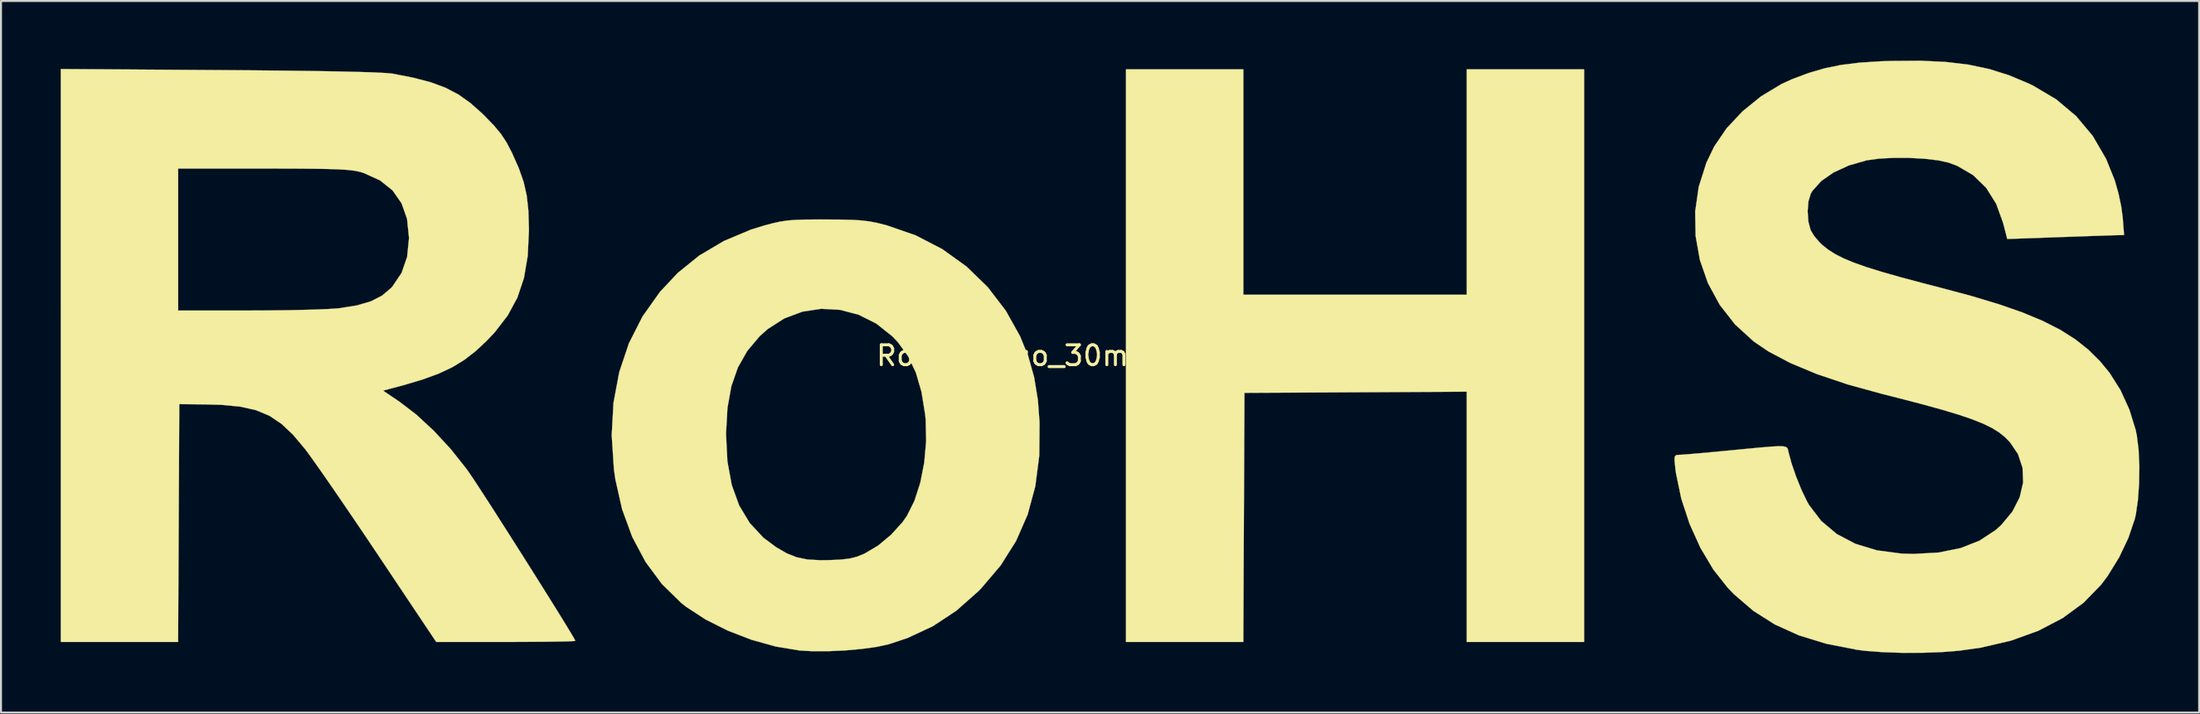
<source format=kicad_pcb>
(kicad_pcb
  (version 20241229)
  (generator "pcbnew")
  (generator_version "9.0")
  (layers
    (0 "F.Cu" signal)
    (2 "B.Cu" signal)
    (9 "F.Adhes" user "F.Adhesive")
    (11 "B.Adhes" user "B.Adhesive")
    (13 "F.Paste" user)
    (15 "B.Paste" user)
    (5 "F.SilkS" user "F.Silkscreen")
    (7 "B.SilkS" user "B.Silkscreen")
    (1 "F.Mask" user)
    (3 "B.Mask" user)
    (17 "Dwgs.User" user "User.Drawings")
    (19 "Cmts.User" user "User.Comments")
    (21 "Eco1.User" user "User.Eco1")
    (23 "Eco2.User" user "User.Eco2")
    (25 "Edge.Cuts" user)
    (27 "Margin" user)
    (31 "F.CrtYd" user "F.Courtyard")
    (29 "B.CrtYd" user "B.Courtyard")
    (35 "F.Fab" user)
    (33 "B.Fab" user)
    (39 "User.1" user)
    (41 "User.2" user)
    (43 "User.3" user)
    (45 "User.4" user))
  (footprint "RoHS-Logo_30mm_SilkScreen"
    (layer "F.Cu")
    (at 52.279 14.84)
    (property "Reference" "RoHS-Logo_30mm_SilkScreen" (at 0 0 0) (layer "F.SilkS") (effects (font (size 1 1) (thickness 0.15))))
    (attr exclude_from_pos_files exclude_from_bom)
    (fp_poly (pts (xy 7.144 -3.062) (xy 18.37 -3.062) (xy 18.37 -14.401) (xy 24.266 -14.401) (xy 24.266 14.401) (xy 18.37 14.401) (xy 18.37 1.812) (xy 7.2 1.871) (xy 7.171 8.136) (xy 7.142 14.401) (xy 1.247 14.401) (xy 1.247 -14.401) (xy 7.144 -14.401) (xy 7.144 -3.062)) (stroke (width 0.01) (type solid)) (fill yes) (layer "F.SilkS"))
    (fp_poly (pts (xy -13.834 -6.849) (xy -13.077 -6.844) (xy -12.493 -6.829) (xy -12.031 -6.8) (xy -11.635 -6.75) (xy -11.254 -6.676) (xy -10.835 -6.571) (xy -10.765 -6.552) (xy -9.314 -6.049) (xy -7.977 -5.355) (xy -6.767 -4.484) (xy -5.7 -3.448) (xy -4.79 -2.259) (xy -4.075 -0.977) (xy -3.66 0.043) (xy -3.367 1.09) (xy -3.181 2.228) (xy -3.096 3.357) (xy -3.11 5.026) (xy -3.309 6.568) (xy -3.695 7.996) (xy -4.274 9.319) (xy -5.049 10.551) (xy -6.025 11.702) (xy -6.175 11.855) (xy -7.281 12.833) (xy -8.454 13.608) (xy -9.733 14.205) (xy -10.679 14.519) (xy -11.27 14.648) (xy -12.019 14.752) (xy -12.856 14.827) (xy -13.714 14.867) (xy -14.524 14.867) (xy -15.162 14.83) (xy -16.346 14.634) (xy -17.566 14.294) (xy -18.762 13.832) (xy -19.875 13.273) (xy -20.843 12.642) (xy -21.101 12.439) (xy -22.069 11.489) (xy -22.893 10.375) (xy -23.563 9.114) (xy -24.072 7.722) (xy -24.411 6.217) (xy -24.481 5.726) (xy -24.593 4.01) (xy -24.591 3.969) (xy -18.849 3.969) (xy -18.78 5.32) (xy -18.562 6.506) (xy -18.189 7.536) (xy -17.659 8.418) (xy -16.967 9.161) (xy -16.328 9.638) (xy -15.797 9.945) (xy -15.298 10.144) (xy -14.759 10.254) (xy -14.109 10.29) (xy -13.664 10.285) (xy -13.08 10.259) (xy -12.648 10.208) (xy -12.292 10.12) (xy -11.937 9.98) (xy -11.882 9.954) (xy -11.21 9.555) (xy -10.551 9.006) (xy -9.982 8.376) (xy -9.765 8.068) (xy -9.384 7.309) (xy -9.088 6.392) (xy -8.888 5.371) (xy -8.794 4.302) (xy -8.816 3.239) (xy -8.842 2.975) (xy -9.027 1.826) (xy -9.308 0.856) (xy -9.699 0.032) (xy -10.214 -0.678) (xy -10.496 -0.975) (xy -11.3 -1.614) (xy -12.183 -2.057) (xy -13.117 -2.304) (xy -14.071 -2.356) (xy -15.015 -2.212) (xy -15.92 -1.873) (xy -16.755 -1.338) (xy -17.162 -0.974) (xy -17.783 -0.235) (xy -18.253 0.594) (xy -18.582 1.54) (xy -18.777 2.628) (xy -18.848 3.885) (xy -18.849 3.969) (xy -24.591 3.969) (xy -24.504 2.373) (xy -24.214 0.826) (xy -23.727 -0.625) (xy -23.045 -1.971) (xy -22.171 -3.205) (xy -21.277 -4.16) (xy -20.192 -5.037) (xy -18.951 -5.771) (xy -17.591 -6.342) (xy -16.942 -6.543) (xy -16.509 -6.658) (xy -16.136 -6.741) (xy -15.771 -6.796) (xy -15.36 -6.829) (xy -14.851 -6.845) (xy -14.191 -6.85) (xy -13.834 -6.849)) (stroke (width 0.01) (type solid)) (fill yes) (layer "F.SilkS"))
    (fp_poly (pts (xy -44.308 -14.365) (xy -42.527 -14.351) (xy -40.936 -14.335) (xy -39.539 -14.317) (xy -38.343 -14.296) (xy -37.352 -14.273) (xy -36.571 -14.248) (xy -36.005 -14.221) (xy -35.659 -14.192) (xy -35.605 -14.185) (xy -34.553 -13.979) (xy -33.682 -13.75) (xy -32.948 -13.478) (xy -32.305 -13.142) (xy -31.709 -12.721) (xy -31.114 -12.194) (xy -30.988 -12.071) (xy -30.511 -11.577) (xy -30.158 -11.153) (xy -29.877 -10.726) (xy -29.615 -10.224) (xy -29.601 -10.195) (xy -29.256 -9.416) (xy -29.014 -8.722) (xy -28.861 -8.037) (xy -28.78 -7.286) (xy -28.753 -6.394) (xy -28.753 -6.293) (xy -28.813 -5.024) (xy -29.001 -3.913) (xy -29.331 -2.924) (xy -29.818 -2.022) (xy -30.476 -1.167) (xy -30.889 -0.732) (xy -31.443 -0.217) (xy -31.998 0.212) (xy -32.593 0.577) (xy -33.269 0.896) (xy -34.066 1.19) (xy -35.024 1.478) (xy -35.703 1.659) (xy -36.084 1.758) (xy -35.249 2.323) (xy -34.4 2.975) (xy -33.525 3.787) (xy -32.675 4.707) (xy -31.904 5.68) (xy -31.789 5.84) (xy -31.594 6.126) (xy -31.311 6.555) (xy -30.955 7.103) (xy -30.54 7.747) (xy -30.083 8.462) (xy -29.597 9.226) (xy -29.097 10.014) (xy -28.6 10.802) (xy -28.119 11.568) (xy -27.669 12.286) (xy -27.266 12.934) (xy -26.925 13.488) (xy -26.661 13.923) (xy -26.487 14.217) (xy -26.421 14.346) (xy -26.421 14.348) (xy -26.529 14.361) (xy -26.838 14.373) (xy -27.318 14.383) (xy -27.943 14.392) (xy -28.686 14.397) (xy -29.518 14.401) (xy -29.916 14.401) (xy -33.411 14.401) (xy -36.308 10.064) (xy -36.932 9.132) (xy -37.547 8.223) (xy -38.133 7.361) (xy -38.675 6.571) (xy -39.155 5.879) (xy -39.555 5.31) (xy -39.859 4.887) (xy -39.998 4.702) (xy -40.599 3.985) (xy -41.183 3.433) (xy -41.793 3.024) (xy -42.47 2.742) (xy -43.256 2.565) (xy -44.194 2.475) (xy -44.897 2.454) (xy -46.321 2.438) (xy -46.35 8.419) (xy -46.38 14.401) (xy -52.274 14.401) (xy -52.274 -9.412) (xy -46.378 -9.412) (xy -46.378 -2.268) (xy -42.834 -2.269) (xy -41.904 -2.273) (xy -40.998 -2.283) (xy -40.155 -2.3) (xy -39.413 -2.321) (xy -38.81 -2.347) (xy -38.385 -2.375) (xy -38.3 -2.383) (xy -37.407 -2.525) (xy -36.698 -2.731) (xy -36.136 -3.018) (xy -35.683 -3.4) (xy -35.615 -3.474) (xy -35.151 -4.162) (xy -34.874 -4.962) (xy -34.78 -5.888) (xy -34.781 -5.953) (xy -34.877 -6.88) (xy -35.152 -7.665) (xy -35.604 -8.311) (xy -36.236 -8.817) (xy -37.047 -9.185) (xy -37.196 -9.232) (xy -37.389 -9.28) (xy -37.63 -9.318) (xy -37.943 -9.349) (xy -38.351 -9.373) (xy -38.877 -9.39) (xy -39.546 -9.401) (xy -40.382 -9.408) (xy -41.406 -9.411) (xy -42.089 -9.412) (xy -46.378 -9.412) (xy -52.274 -9.412) (xy -52.274 -14.417) (xy -44.308 -14.365)) (stroke (width 0.01) (type solid)) (fill yes) (layer "F.SilkS"))
    (fp_poly (pts (xy 42.433 -14.775) (xy 43.58 -14.638) (xy 44.63 -14.415) (xy 45.624 -14.101) (xy 46.603 -13.689) (xy 46.819 -13.585) (xy 47.987 -12.893) (xy 48.987 -12.05) (xy 49.822 -11.053) (xy 50.493 -9.899) (xy 50.927 -8.823) (xy 51.11 -8.183) (xy 51.253 -7.507) (xy 51.328 -6.947) (xy 51.396 -6.067) (xy 51.07 -6.06) (xy 50.865 -6.055) (xy 50.47 -6.042) (xy 49.923 -6.024) (xy 49.261 -6.001) (xy 48.52 -5.975) (xy 48.135 -5.962) (xy 45.527 -5.869) (xy 45.321 -6.671) (xy 44.973 -7.635) (xy 44.469 -8.44) (xy 43.814 -9.08) (xy 43.016 -9.547) (xy 42.579 -9.71) (xy 42.054 -9.825) (xy 41.374 -9.905) (xy 40.609 -9.947) (xy 39.828 -9.95) (xy 39.1 -9.912) (xy 38.494 -9.831) (xy 38.45 -9.822) (xy 37.569 -9.568) (xy 36.802 -9.216) (xy 36.181 -8.784) (xy 35.742 -8.294) (xy 35.652 -8.142) (xy 35.537 -7.76) (xy 35.498 -7.263) (xy 35.533 -6.749) (xy 35.645 -6.317) (xy 35.645 -6.316) (xy 35.825 -6.019) (xy 36.102 -5.693) (xy 36.237 -5.564) (xy 36.534 -5.329) (xy 36.881 -5.109) (xy 37.299 -4.895) (xy 37.812 -4.682) (xy 38.441 -4.459) (xy 39.208 -4.219) (xy 40.137 -3.954) (xy 41.248 -3.656) (xy 42.182 -3.414) (xy 43.751 -2.994) (xy 45.116 -2.582) (xy 46.297 -2.17) (xy 47.316 -1.745) (xy 48.193 -1.298) (xy 48.95 -0.818) (xy 49.609 -0.294) (xy 50.19 0.284) (xy 50.668 0.866) (xy 51.213 1.727) (xy 51.663 2.714) (xy 51.977 3.73) (xy 52.037 4.018) (xy 52.125 4.726) (xy 52.163 5.553) (xy 52.151 6.423) (xy 52.093 7.257) (xy 51.989 7.977) (xy 51.938 8.207) (xy 51.615 9.164) (xy 51.146 10.151) (xy 50.573 11.081) (xy 50.242 11.523) (xy 49.365 12.427) (xy 48.311 13.201) (xy 47.088 13.84) (xy 45.708 14.338) (xy 44.181 14.692) (xy 43.113 14.842) (xy 42.232 14.912) (xy 41.25 14.947) (xy 40.238 14.948) (xy 39.267 14.915) (xy 38.408 14.85) (xy 37.987 14.797) (xy 36.437 14.494) (xy 35.064 14.072) (xy 33.847 13.522) (xy 32.763 12.833) (xy 31.789 11.995) (xy 31.49 11.685) (xy 30.758 10.758) (xy 30.108 9.664) (xy 29.563 8.456) (xy 29.147 7.189) (xy 28.882 5.913) (xy 28.847 5.641) (xy 28.81 5.276) (xy 28.819 5.081) (xy 28.888 5.003) (xy 29.035 4.989) (xy 29.042 4.989) (xy 29.234 4.979) (xy 29.613 4.949) (xy 30.141 4.903) (xy 30.778 4.845) (xy 31.486 4.778) (xy 31.637 4.764) (xy 32.506 4.679) (xy 33.177 4.616) (xy 33.675 4.575) (xy 34.027 4.556) (xy 34.26 4.561) (xy 34.4 4.59) (xy 34.474 4.644) (xy 34.508 4.723) (xy 34.53 4.83) (xy 34.534 4.848) (xy 34.69 5.424) (xy 34.919 6.088) (xy 35.187 6.75) (xy 35.459 7.319) (xy 35.566 7.509) (xy 36.184 8.32) (xy 36.962 8.972) (xy 37.894 9.464) (xy 38.975 9.793) (xy 40.199 9.956) (xy 40.821 9.975) (xy 42.086 9.902) (xy 43.187 9.68) (xy 44.134 9.306) (xy 44.939 8.777) (xy 45.222 8.523) (xy 45.784 7.846) (xy 46.153 7.123) (xy 46.325 6.38) (xy 46.297 5.647) (xy 46.066 4.95) (xy 45.664 4.355) (xy 45.411 4.097) (xy 45.116 3.861) (xy 44.758 3.638) (xy 44.316 3.421) (xy 43.77 3.203) (xy 43.098 2.974) (xy 42.28 2.727) (xy 41.295 2.455) (xy 40.122 2.149) (xy 39.268 1.933) (xy 37.507 1.448) (xy 35.961 0.927) (xy 34.631 0.372) (xy 33.52 -0.216) (xy 32.791 -0.711) (xy 31.848 -1.571) (xy 31.079 -2.558) (xy 30.489 -3.645) (xy 30.084 -4.808) (xy 29.868 -6.02) (xy 29.847 -7.257) (xy 30.025 -8.492) (xy 30.409 -9.702) (xy 30.8 -10.516) (xy 31.424 -11.435) (xy 32.228 -12.292) (xy 33.163 -13.049) (xy 34.185 -13.664) (xy 34.724 -13.91) (xy 35.557 -14.222) (xy 36.36 -14.457) (xy 37.189 -14.625) (xy 38.103 -14.738) (xy 39.16 -14.806) (xy 39.689 -14.824) (xy 41.15 -14.835) (xy 42.433 -14.775)) (stroke (width 0.01) (type solid)) (fill yes) (layer "F.SilkS")))
  (gr_rect
    (start -3 -3)
    (end 107.447 32.793)
    (stroke (width 0.1) (type default))
    (fill no)
    (layer "Edge.Cuts")))
</source>
